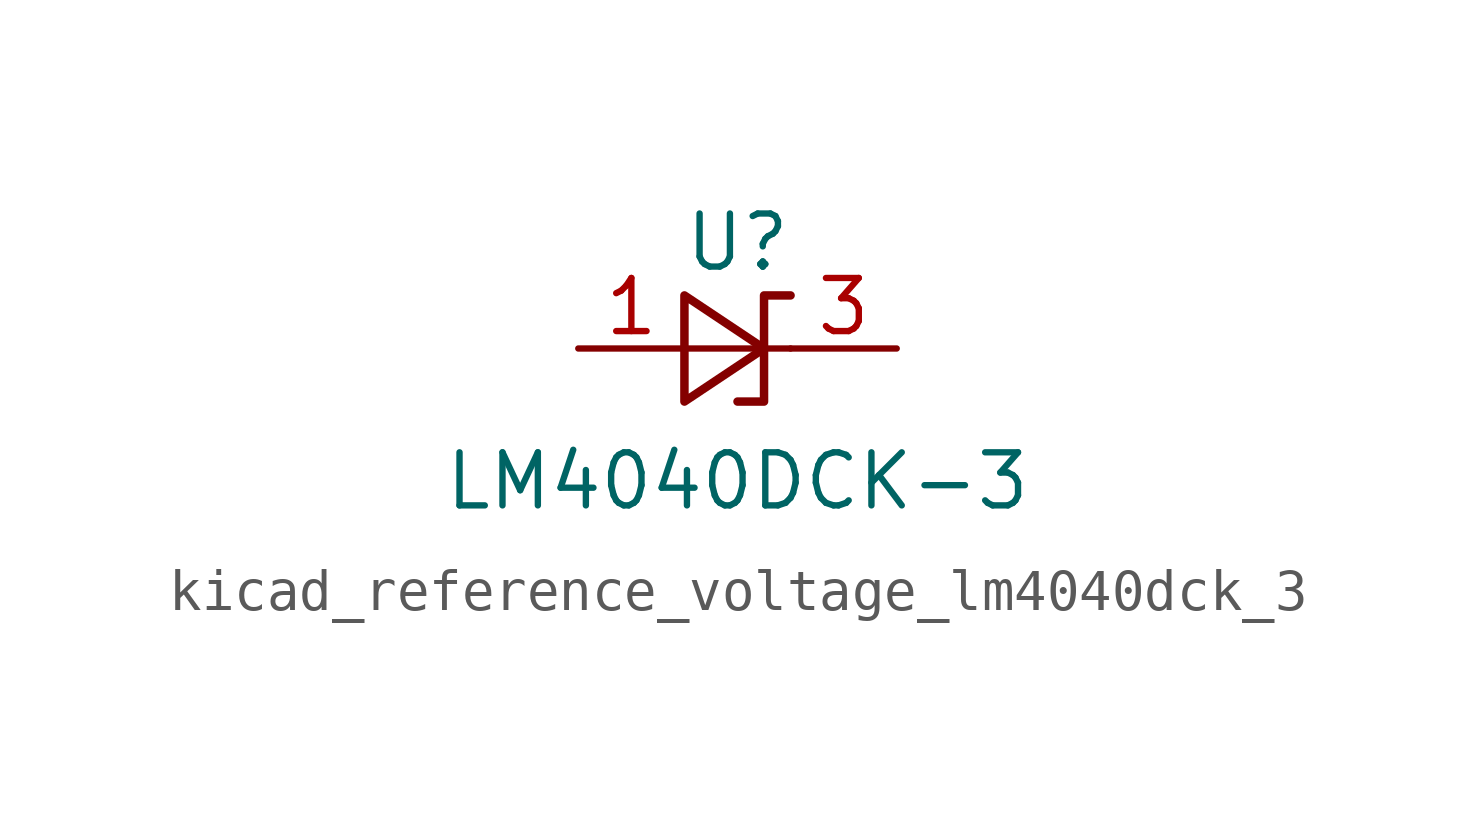
<source format=kicad_sym>
(kicad_symbol_lib
  (version 20220914)
  (generator kicad_symbol_editor)
  (symbol "kicad_reference_voltage_lm4040dck_3"
    (pin_names
      (offset 0.025) hide)
    (property "Reference" "U"
      (at 0 2.54 0)
      (effects (font (size 1.27 1.27))))
    (property "Value" "LM4040DCK-3"
      (at 0 -3.175 0)
      (effects (font (size 1.27 1.27))))
    (symbol "kicad_reference_voltage_lm4040dck_3_0_1"
      (polyline (pts (xy -1.27 0) (xy 0 0) (xy 1.27 0)) (stroke (width 0) (type default)) (fill (type none)))
      (polyline (pts (xy -1.27 -1.27) (xy 0.635 0) (xy -1.27 1.27) (xy -1.27 -1.27)) (stroke (width 0.203) (type default)) (fill (type none)))
      (polyline (pts (xy 0 -1.27) (xy 0.635 -1.27) (xy 0.635 1.27) (xy 1.27 1.27)) (stroke (width 0.203) (type default)) (fill (type none))))
    (symbol "kicad_reference_voltage_lm4040dck_3_1_1"
      (pin passive line (at -3.81 0 0) (length 2.54) (name "A" (effects (font (size 1.27 1.27)))) (number "1" (effects (font (size 1.27 1.27)))))
      (pin passive line (at 3.81 0 180) (length 2.54) (name "K" (effects (font (size 1.27 1.27)))) (number "3" (effects (font (size 1.27 1.27))))))))
</source>
